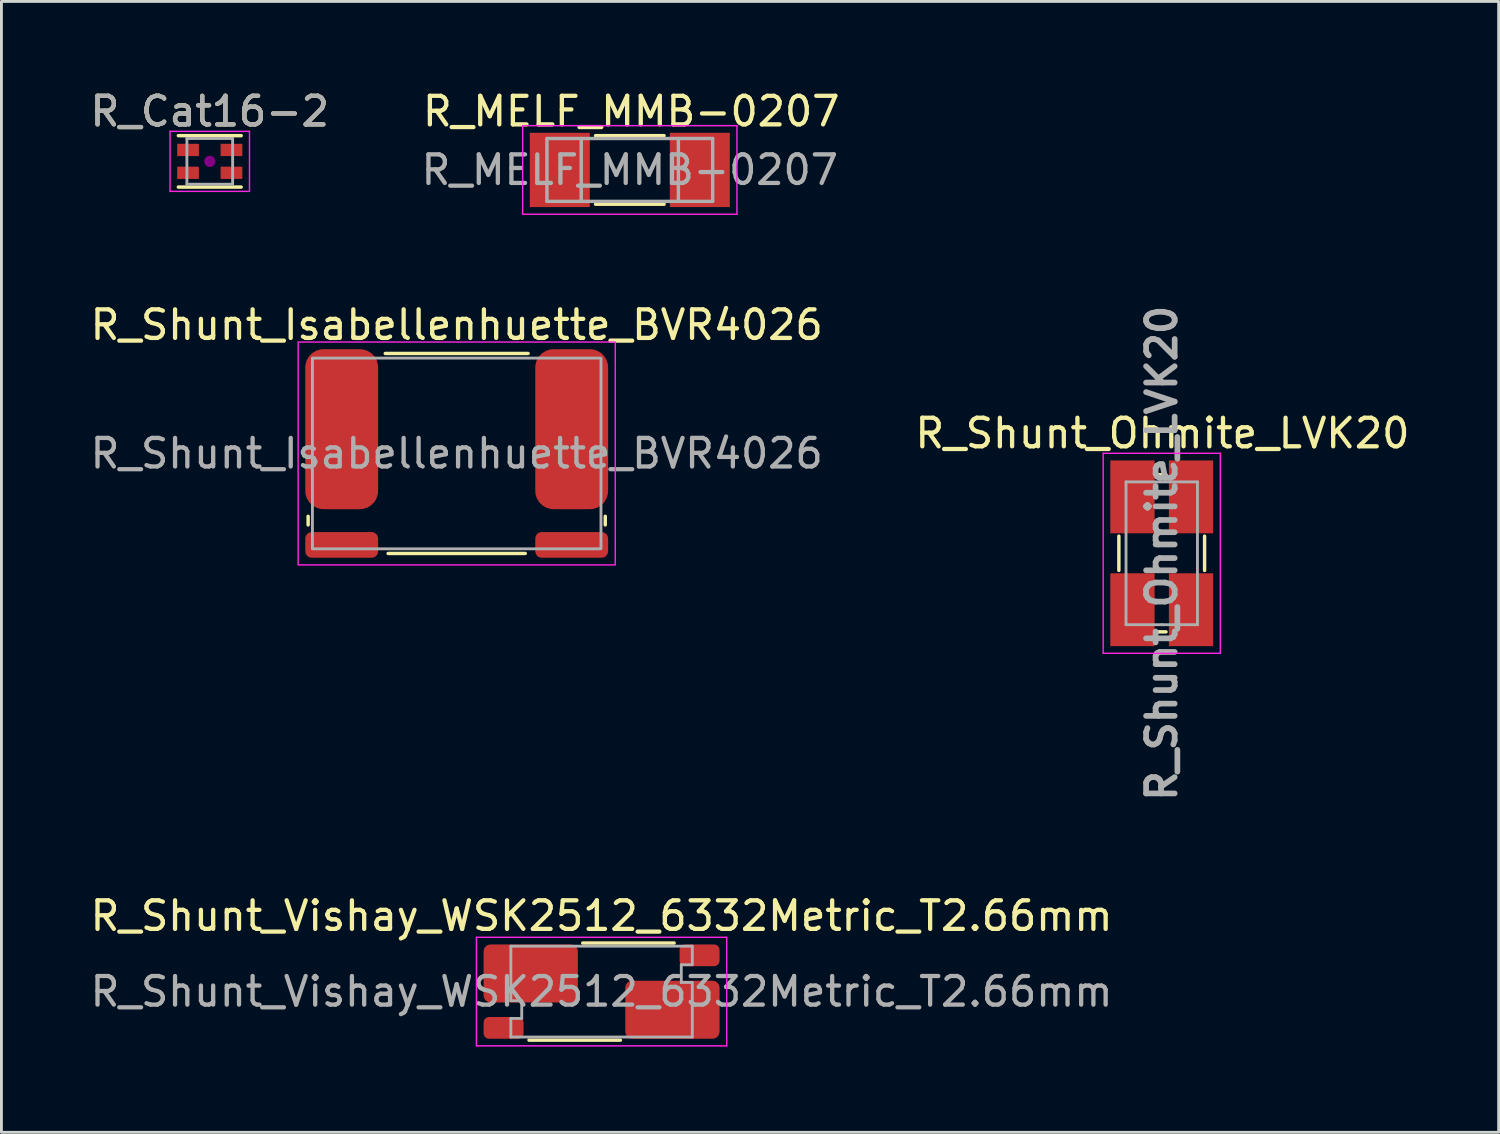
<source format=kicad_pcb>
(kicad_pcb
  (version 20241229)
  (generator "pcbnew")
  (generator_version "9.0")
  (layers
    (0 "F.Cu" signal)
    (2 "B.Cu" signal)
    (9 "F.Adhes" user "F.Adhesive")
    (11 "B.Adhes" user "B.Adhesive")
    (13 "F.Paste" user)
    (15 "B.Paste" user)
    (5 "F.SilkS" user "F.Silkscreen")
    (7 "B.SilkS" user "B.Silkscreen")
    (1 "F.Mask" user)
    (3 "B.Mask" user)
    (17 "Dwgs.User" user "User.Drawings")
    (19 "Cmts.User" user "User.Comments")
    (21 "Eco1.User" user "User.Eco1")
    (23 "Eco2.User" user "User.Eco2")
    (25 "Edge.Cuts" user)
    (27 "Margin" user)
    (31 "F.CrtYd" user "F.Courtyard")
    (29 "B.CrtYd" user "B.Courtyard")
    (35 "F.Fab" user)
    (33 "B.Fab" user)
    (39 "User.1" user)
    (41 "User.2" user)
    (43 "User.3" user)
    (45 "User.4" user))
  (footprint "R_Shunt_Ohmite_LVK20"
    (layer "F.Cu")
    (at 37.612 16.316)
    (property "Reference" "R_Shunt_Ohmite_LVK20" (at 0.025 -4.2 0) (layer "F.SilkS") (effects (font (size 1 1) (thickness 0.15))))
    (attr smd)
    (fp_line (start -1.5 0.6) (end -1.5 -0.6) (stroke (width 0.12) (type solid)) (layer "F.SilkS"))
    (fp_line (start 0.15 -2.75) (end -0.15 -2.75) (stroke (width 0.12) (type solid)) (layer "F.SilkS"))
    (fp_line (start 0.15 2.75) (end -0.15 2.75) (stroke (width 0.12) (type solid)) (layer "F.SilkS"))
    (fp_line (start 1.5 -0.6) (end 1.5 0.6) (stroke (width 0.12) (type solid)) (layer "F.SilkS"))
    (fp_line (start -2.05 -3.5) (end 2.05 -3.5) (stroke (width 0.05) (type solid)) (layer "F.CrtYd"))
    (fp_line (start -2.05 3.5) (end -2.05 -3.5) (stroke (width 0.05) (type solid)) (layer "F.CrtYd"))
    (fp_line (start 2.05 -3.5) (end 2.05 3.5) (stroke (width 0.05) (type solid)) (layer "F.CrtYd"))
    (fp_line (start 2.05 3.5) (end -2.05 3.5) (stroke (width 0.05) (type solid)) (layer "F.CrtYd"))
    (fp_line (start -1.25 -2.5) (end 1.25 -2.5) (stroke (width 0.1) (type solid)) (layer "F.Fab"))
    (fp_line (start -1.25 2.5) (end -1.25 -2.5) (stroke (width 0.1) (type solid)) (layer "F.Fab"))
    (fp_line (start 0 2.5) (end -1.25 2.5) (stroke (width 0.1) (type solid)) (layer "F.Fab"))
    (fp_line (start 1.25 -2.5) (end 1.25 2.5) (stroke (width 0.1) (type solid)) (layer "F.Fab"))
    (fp_line (start 1.25 2.5) (end 0 2.5) (stroke (width 0.1) (type solid)) (layer "F.Fab"))
    (fp_text user "${REFERENCE}" (at 0 0 90) (layer "F.Fab") (effects (font (size 1 1) (thickness 0.2))))
    (pad "1" smd rect (at -1.025 -1.975) (size 1.55 2.55) (layers "F.Cu" "F.Mask" "F.Paste"))
    (pad "2" smd rect (at 1.025 -1.975) (size 1.55 2.55) (layers "F.Cu" "F.Mask" "F.Paste"))
    (pad "3" smd rect (at 1.025 1.975) (size 1.55 2.55) (layers "F.Cu" "F.Mask" "F.Paste"))
    (pad "4" smd rect (at -1.025 1.975) (size 1.55 2.55) (layers "F.Cu" "F.Mask" "F.Paste")))
  (footprint "R_Shunt_Vishay_WSK2512_6332Metric_T2.66mm"
    (layer "F.Cu")
    (at 18.006 31.657)
    (property "Reference" "R_Shunt_Vishay_WSK2512_6332Metric_T2.66mm" (at 0 -2.65 0) (layer "F.SilkS") (effects (font (size 1 1) (thickness 0.15))))
    (attr smd)
    (fp_line (start -2.54 1.7) (end 0.66 1.7) (stroke (width 0.12) (type solid)) (layer "F.SilkS"))
    (fp_line (start -0.66 -1.7) (end 2.54 -1.7) (stroke (width 0.12) (type solid)) (layer "F.SilkS"))
    (fp_line (start -4.38 -1.9) (end 4.38 -1.9) (stroke (width 0.05) (type solid)) (layer "F.CrtYd"))
    (fp_line (start -4.38 1.9) (end -4.38 -1.9) (stroke (width 0.05) (type solid)) (layer "F.CrtYd"))
    (fp_line (start 4.38 -1.9) (end 4.38 1.9) (stroke (width 0.05) (type solid)) (layer "F.CrtYd"))
    (fp_line (start 4.38 1.9) (end -4.38 1.9) (stroke (width 0.05) (type solid)) (layer "F.CrtYd"))
    (fp_line (start -3.175 -1.59) (end 3.175 -1.59) (stroke (width 0.1) (type solid)) (layer "F.Fab"))
    (fp_line (start -3.175 0.32) (end -3.175 -1.59) (stroke (width 0.1) (type solid)) (layer "F.Fab"))
    (fp_line (start -3.175 0.32) (end -2.795 0.32) (stroke (width 0.1) (type solid)) (layer "F.Fab"))
    (fp_line (start -3.175 0.94) (end -3.175 1.59) (stroke (width 0.1) (type solid)) (layer "F.Fab"))
    (fp_line (start -3.175 0.94) (end -2.795 0.94) (stroke (width 0.1) (type solid)) (layer "F.Fab"))
    (fp_line (start -2.795 0.94) (end -2.795 0.32) (stroke (width 0.1) (type solid)) (layer "F.Fab"))
    (fp_line (start 2.79 -0.94) (end 3.17 -0.94) (stroke (width 0.1) (type solid)) (layer "F.Fab"))
    (fp_line (start 2.79 -0.32) (end 2.79 -0.94) (stroke (width 0.1) (type solid)) (layer "F.Fab"))
    (fp_line (start 2.79 -0.32) (end 3.17 -0.32) (stroke (width 0.1) (type solid)) (layer "F.Fab"))
    (fp_line (start 3.175 -0.94) (end 3.175 -1.59) (stroke (width 0.1) (type solid)) (layer "F.Fab"))
    (fp_line (start 3.175 -0.32) (end 3.175 1.59) (stroke (width 0.1) (type solid)) (layer "F.Fab"))
    (fp_line (start 3.175 1.59) (end -3.175 1.59) (stroke (width 0.1) (type solid)) (layer "F.Fab"))
    (fp_text user "${REFERENCE}" (at 0 0 0) (layer "F.Fab") (effects (font (size 1 1) (thickness 0.15))))
    (pad "1" smd roundrect (at -2.48 -0.635) (size 3.3 2.03) (layers "F.Cu" "F.Mask" "F.Paste") (roundrect_rratio 0.12))
    (pad "2" smd roundrect (at -3.43 1.27) (size 1.4 0.76) (layers "F.Cu" "F.Mask" "F.Paste") (roundrect_rratio 0.25))
    (pad "3" smd roundrect (at 3.43 -1.27) (size 1.4 0.76) (layers "F.Cu" "F.Mask" "F.Paste") (roundrect_rratio 0.25))
    (pad "4" smd roundrect (at 2.48 0.635) (size 3.3 2.03) (layers "F.Cu" "F.Mask" "F.Paste") (roundrect_rratio 0.12)))
  (footprint "R_Shunt_Isabellenhuette_BVR4026"
    (layer "F.Cu")
    (at 12.935 12.822)
    (property "Reference" "R_Shunt_Isabellenhuette_BVR4026" (at 0 -4.5 0) (layer "F.SilkS") (effects (font (size 1 1) (thickness 0.15))))
    (attr smd)
    (fp_line (start -5.2 2.2) (end -5.2 2.5) (stroke (width 0.12) (type default)) (layer "F.SilkS"))
    (fp_line (start -2.5 -3.5) (end 2.5 -3.5) (stroke (width 0.12) (type default)) (layer "F.SilkS"))
    (fp_line (start -2.4 3.5) (end 2.4 3.5) (stroke (width 0.12) (type default)) (layer "F.SilkS"))
    (fp_line (start 5.2 2.2) (end 5.2 2.5) (stroke (width 0.12) (type default)) (layer "F.SilkS"))
    (fp_rect (start -5.55 -3.9) (end 5.55 3.9) (stroke (width 0.05) (type default)) (fill no) (layer "F.CrtYd"))
    (fp_rect (start -5.05 -3.337) (end 5.05 3.337) (stroke (width 0.1) (type default)) (fill no) (layer "F.Fab"))
    (fp_text user "${REFERENCE}" (at 0 0 0) (layer "F.Fab") (effects (font (size 1 1) (thickness 0.15))))
    (pad "1" smd roundrect (at -4.025 -0.85) (size 2.55 5.6) (layers "F.Cu" "F.Mask" "F.Paste") (roundrect_rratio 0.25))
    (pad "2" smd roundrect (at -4.025 3.2) (size 2.55 0.9) (layers "F.Cu" "F.Mask" "F.Paste") (roundrect_rratio 0.25))
    (pad "3" smd roundrect (at 4.025 3.2) (size 2.55 0.9) (layers "F.Cu" "F.Mask" "F.Paste") (roundrect_rratio 0.25))
    (pad "4" smd roundrect (at 4.025 -0.85) (size 2.55 5.6) (layers "F.Cu" "F.Mask" "F.Paste") (roundrect_rratio 0.25)))
  (footprint "R_Cat16-2"
    (layer "F.Cu")
    (at 4.292 2.598)
    (property "Reference" "R_Cat16-2" (at 0 -1.75 0) (layer "F.SilkS") (effects (font (size 1 1) (thickness 0.15))))
    (attr smd)
    (fp_line (start 1.1 -0.9) (end -1.1 -0.9) (stroke (width 0.12) (type solid)) (layer "F.SilkS"))
    (fp_line (start 1.1 0.9) (end -1.1 0.9) (stroke (width 0.12) (type solid)) (layer "F.SilkS"))
    (fp_circle (center 0 0) (end -0.1 0) (stroke (width 0.2) (type solid)) (fill no) (layer "F.Adhes"))
    (fp_line (start -1.39 -1.05) (end -1.39 1.05) (stroke (width 0.05) (type solid)) (layer "F.CrtYd"))
    (fp_line (start -1.39 -1.05) (end 1.39 -1.05) (stroke (width 0.05) (type solid)) (layer "F.CrtYd"))
    (fp_line (start 1.39 1.05) (end -1.39 1.05) (stroke (width 0.05) (type solid)) (layer "F.CrtYd"))
    (fp_line (start 1.39 1.05) (end 1.39 -1.05) (stroke (width 0.05) (type solid)) (layer "F.CrtYd"))
    (fp_line (start -0.8 -0.8) (end 0.8 -0.8) (stroke (width 0.1) (type solid)) (layer "F.Fab"))
    (fp_line (start -0.8 0.8) (end -0.8 -0.8) (stroke (width 0.1) (type solid)) (layer "F.Fab"))
    (fp_line (start 0.8 -0.8) (end 0.8 0.8) (stroke (width 0.1) (type solid)) (layer "F.Fab"))
    (fp_line (start 0.8 0.8) (end -0.8 0.8) (stroke (width 0.1) (type solid)) (layer "F.Fab"))
    (fp_text user "${REFERENCE}" (at 0 -1.75 0) (layer "F.Fab") (effects (font (size 1 1) (thickness 0.15))))
    (pad "1" smd rect (at -0.76 -0.4 180) (size 0.76 0.43) (layers "F.Cu" "F.Mask" "F.Paste"))
    (pad "2" smd rect (at -0.76 0.4 180) (size 0.76 0.43) (layers "F.Cu" "F.Mask" "F.Paste"))
    (pad "3" smd rect (at 0.76 0.4 180) (size 0.76 0.43) (layers "F.Cu" "F.Mask" "F.Paste"))
    (pad "4" smd rect (at 0.76 -0.4 180) (size 0.76 0.43) (layers "F.Cu" "F.Mask" "F.Paste")))
  (footprint "R_MELF_MMB-0207"
    (layer "F.Cu")
    (at 18.994 2.898)
    (property "Reference" "R_MELF_MMB-0207" (at 0.05 -2.05 0) (layer "F.SilkS") (effects (font (size 1 1) (thickness 0.15))))
    (attr smd)
    (fp_line (start 1.2 -1.2) (end -1.2 -1.2) (stroke (width 0.12) (type solid)) (layer "F.SilkS"))
    (fp_line (start 1.2 1.2) (end -1.2 1.2) (stroke (width 0.12) (type solid)) (layer "F.SilkS"))
    (fp_line (start -3.75 -1.55) (end -3.75 1.55) (stroke (width 0.05) (type solid)) (layer "F.CrtYd"))
    (fp_line (start -3.75 -1.55) (end 3.75 -1.55) (stroke (width 0.05) (type solid)) (layer "F.CrtYd"))
    (fp_line (start 3.75 1.55) (end -3.75 1.55) (stroke (width 0.05) (type solid)) (layer "F.CrtYd"))
    (fp_line (start 3.75 1.55) (end 3.75 -1.55) (stroke (width 0.05) (type solid)) (layer "F.CrtYd"))
    (fp_line (start -2.9 -1.1) (end -2.9 1.1) (stroke (width 0.12) (type solid)) (layer "F.Fab"))
    (fp_line (start -2.9 1.1) (end 2.9 1.1) (stroke (width 0.12) (type solid)) (layer "F.Fab"))
    (fp_line (start -1.7 -1.1) (end -1.7 1.1) (stroke (width 0.12) (type solid)) (layer "F.Fab"))
    (fp_line (start 1.7 -1.1) (end 1.7 1.1) (stroke (width 0.12) (type solid)) (layer "F.Fab"))
    (fp_line (start 2.9 -1.1) (end -2.9 -1.1) (stroke (width 0.12) (type solid)) (layer "F.Fab"))
    (fp_line (start 2.9 1.1) (end 2.9 -1.1) (stroke (width 0.12) (type solid)) (layer "F.Fab"))
    (fp_text user "${REFERENCE}" (at 0 0 0) (layer "F.Fab") (effects (font (size 1 1) (thickness 0.15))))
    (pad "1" smd rect (at -2.45 0) (size 2.1 2.6) (layers "F.Cu" "F.Mask" "F.Paste"))
    (pad "2" smd rect (at 2.45 0) (size 2.1 2.6) (layers "F.Cu" "F.Mask" "F.Paste")))
  (gr_rect
    (start -3 -3)
    (end 49.405 36.582)
    (stroke (width 0.1) (type default))
    (fill no)
    (layer "Edge.Cuts")))
</source>
